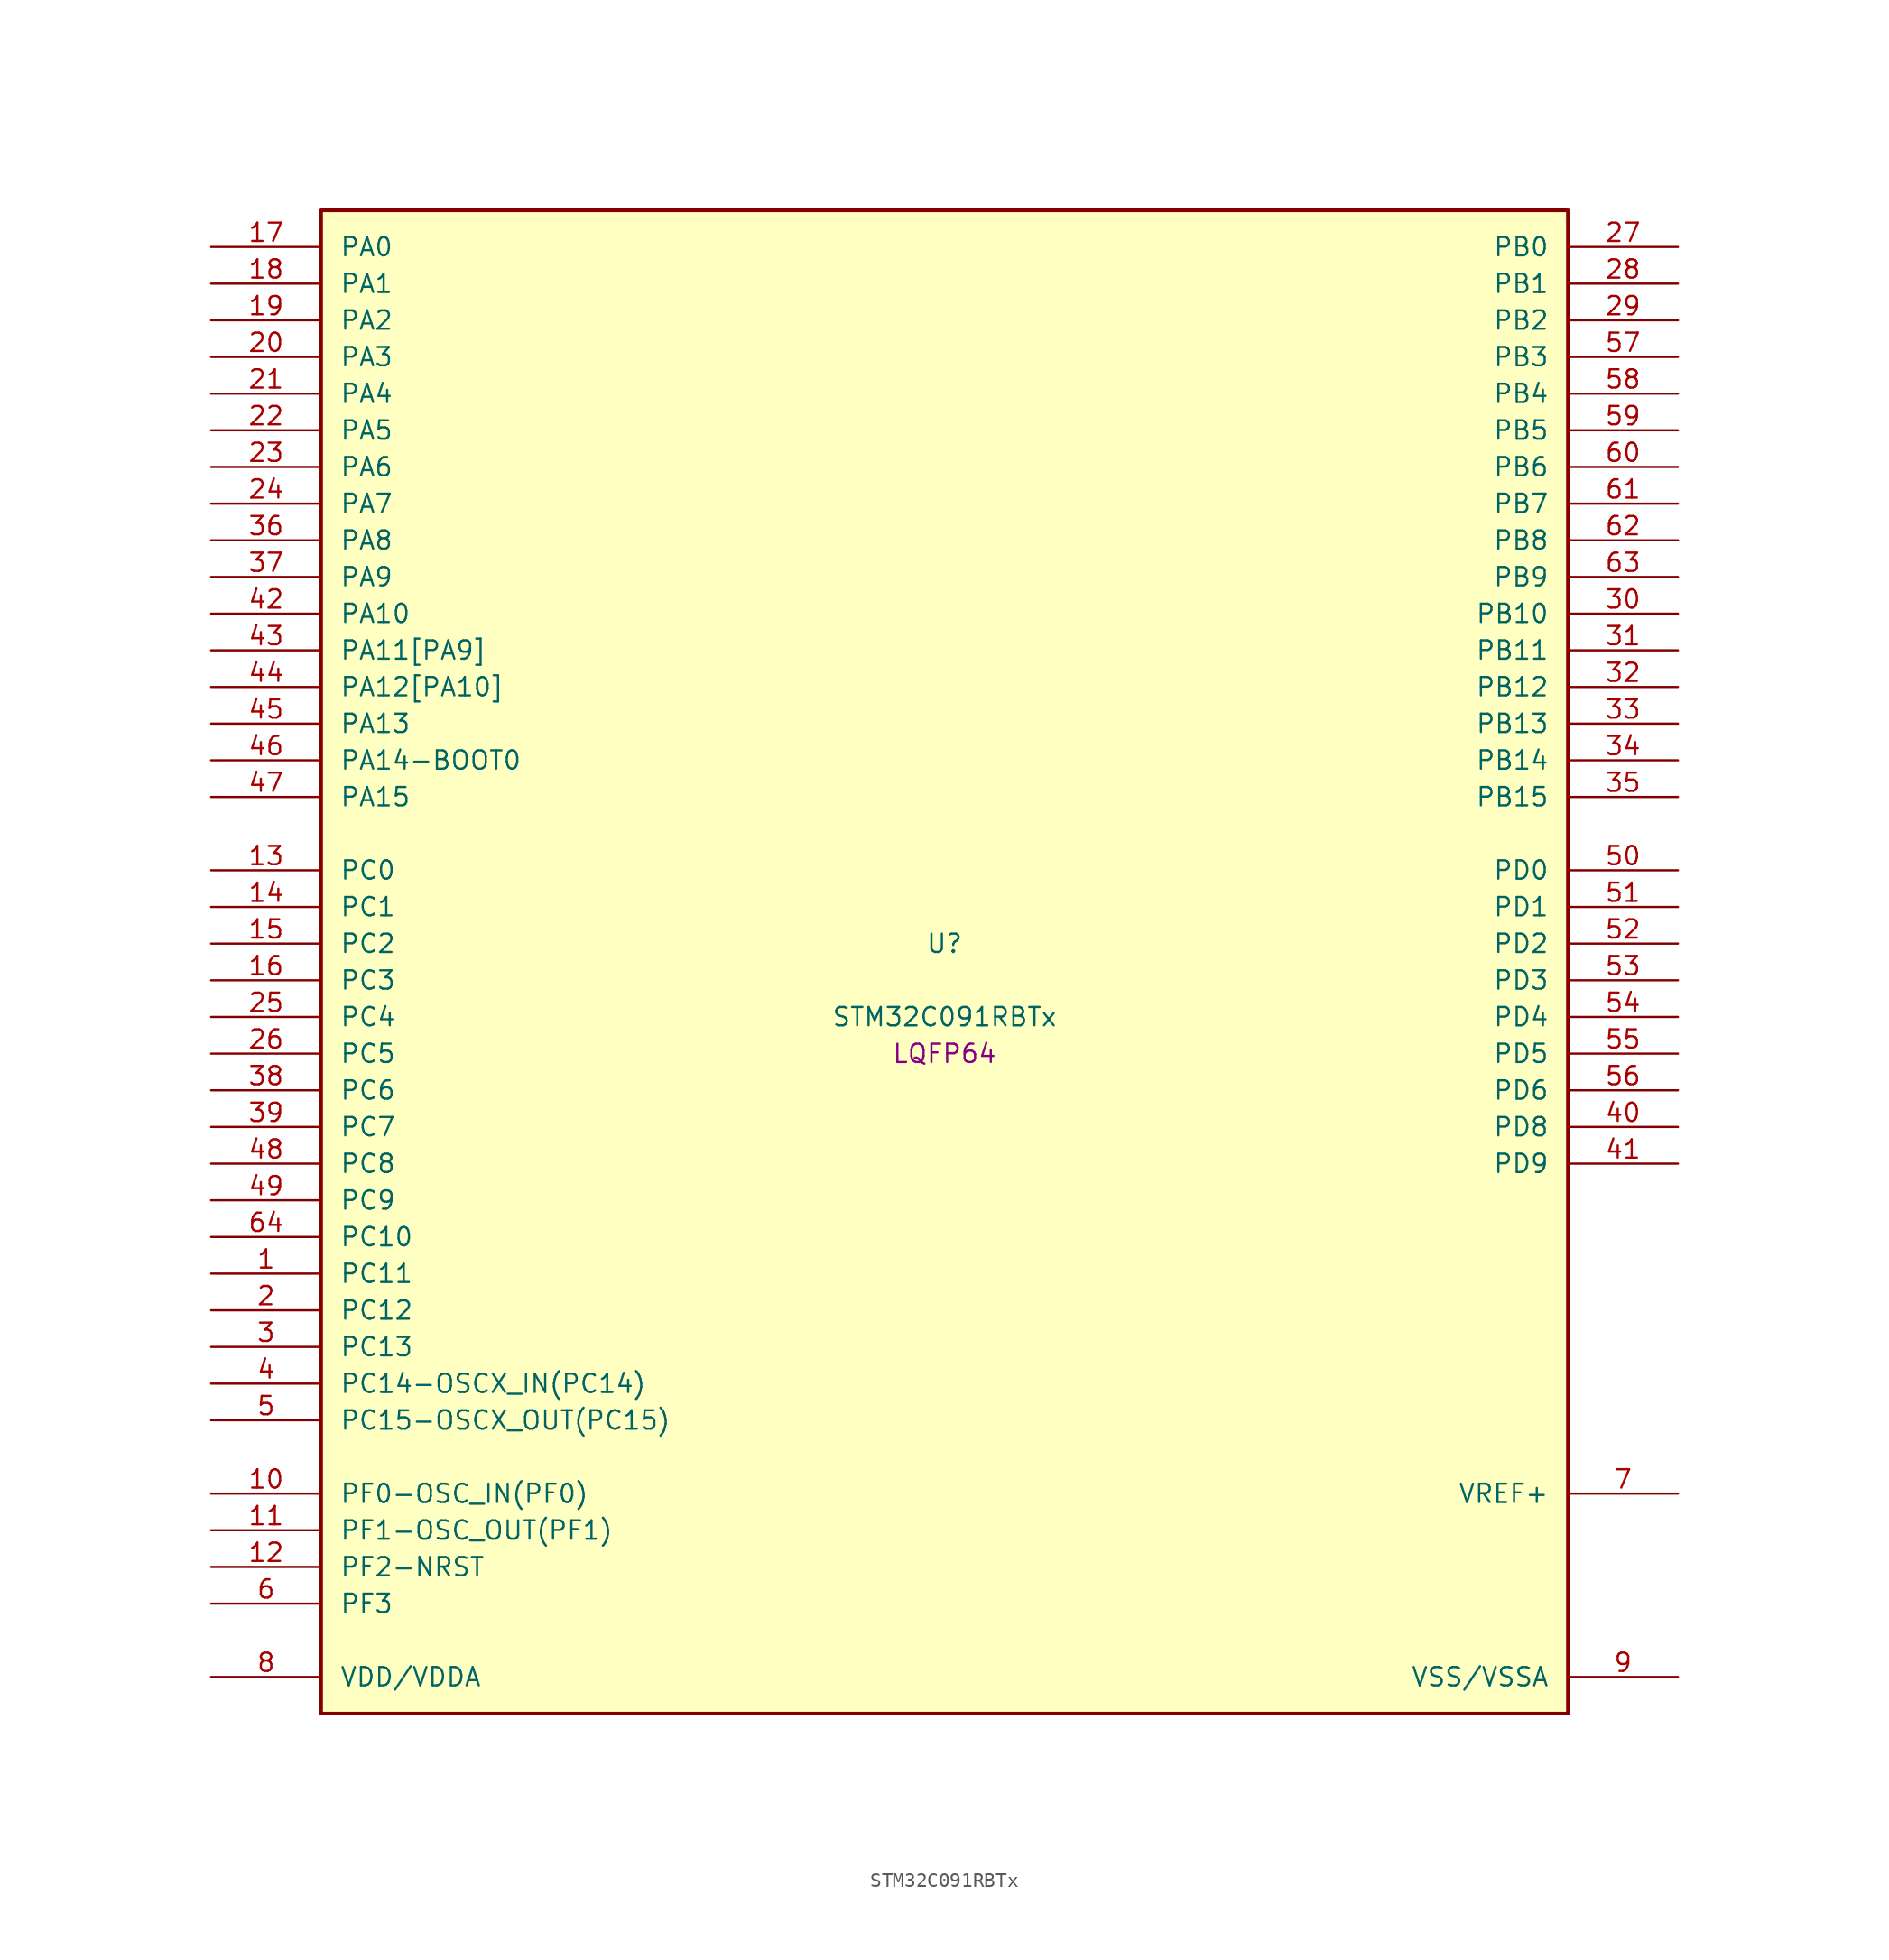
<source format=kicad_sym>
(kicad_symbol_lib
  (version 20241209)
  (generator "stm32_pkl_generator")
  (generator_version "1.0")
  (symbol "STM32C091RBTx"
    (pin_names
      (offset 1.27))
    (property "Reference" "U"
      (at 0 2.54 0))
    (property "Value" "STM32C091RBTx"
      (at 0 -2.54 0))
    (property "Footprint" "LQFP64"
      (at 0 -5.08 0))
    (symbol "STM32C091RBTx_1_1"
      (rectangle (start -43.18 53.34) (end 43.18 -50.8) (stroke (width 0.254) (type solid)) (fill (type background)))
      (pin bidirectional line (at -50.8 50.8 0) (length 7.62) (name "PA0") (number "17") (alternate "PA0/ADC1_IN0" bidirectional line) (alternate "PA0/PWR_WKUP1" bidirectional line) (alternate "PA0/SPI2_SCK" bidirectional line) (alternate "PA0/TIM16_CH1" bidirectional line) (alternate "PA0/TIM1_CH1" bidirectional line) (alternate "PA0/TIM2_CH1" bidirectional line) (alternate "PA0/TIM2_ETR" bidirectional line) (alternate "PA0/USART1_TX" bidirectional line) (alternate "PA0/USART2_CTS" bidirectional line) (alternate "PA0/USART2_NSS" bidirectional line) (alternate "PA0/USART4_TX" bidirectional line))
      (pin bidirectional line (at -50.8 48.26 0) (length 7.62) (name "PA1") (number "18") (alternate "PA1/ADC1_IN1" bidirectional line) (alternate "PA1/I2C1_SMBA" bidirectional line) (alternate "PA1/I2S1_CK" bidirectional line) (alternate "PA1/SPI1_SCK" bidirectional line) (alternate "PA1/TIM15_CH1N" bidirectional line) (alternate "PA1/TIM17_CH1" bidirectional line) (alternate "PA1/TIM1_CH2" bidirectional line) (alternate "PA1/TIM2_CH2" bidirectional line) (alternate "PA1/USART1_RX" bidirectional line) (alternate "PA1/USART2_CK" bidirectional line) (alternate "PA1/USART2_DE" bidirectional line) (alternate "PA1/USART2_RTS" bidirectional line) (alternate "PA1/USART4_RX" bidirectional line))
      (pin bidirectional line (at -50.8 45.72 0) (length 7.62) (name "PA2") (number "19") (alternate "PA2/ADC1_IN2" bidirectional line) (alternate "PA2/I2S1_SD" bidirectional line) (alternate "PA2/PWR_WKUP4" bidirectional line) (alternate "PA2/RCC_LSCO" bidirectional line) (alternate "PA2/SPI1_MOSI" bidirectional line) (alternate "PA2/TIM15_CH1" bidirectional line) (alternate "PA2/TIM16_CH1N" bidirectional line) (alternate "PA2/TIM1_CH3" bidirectional line) (alternate "PA2/TIM2_CH3" bidirectional line) (alternate "PA2/TIM3_ETR" bidirectional line) (alternate "PA2/USART2_TX" bidirectional line))
      (pin bidirectional line (at -50.8 43.18 0) (length 7.62) (name "PA3") (number "20") (alternate "PA3/ADC1_IN3" bidirectional line) (alternate "PA3/SPI2_MISO" bidirectional line) (alternate "PA3/TIM15_CH2" bidirectional line) (alternate "PA3/TIM1_CH1N" bidirectional line) (alternate "PA3/TIM1_CH4" bidirectional line) (alternate "PA3/TIM2_CH4" bidirectional line) (alternate "PA3/USART2_RX" bidirectional line))
      (pin bidirectional line (at -50.8 40.64 0) (length 7.62) (name "PA4") (number "21") (alternate "PA4/ADC1_IN4" bidirectional line) (alternate "PA4/I2S1_WS" bidirectional line) (alternate "PA4/RTC_OUT2" bidirectional line) (alternate "PA4/SPI1_NSS" bidirectional line) (alternate "PA4/SPI2_MOSI" bidirectional line) (alternate "PA4/TIM14_CH1" bidirectional line) (alternate "PA4/TIM17_CH1N" bidirectional line) (alternate "PA4/TIM1_CH2N" bidirectional line) (alternate "PA4/USART2_TX" bidirectional line))
      (pin bidirectional line (at -50.8 38.1 0) (length 7.62) (name "PA5") (number "22") (alternate "PA5/ADC1_IN5" bidirectional line) (alternate "PA5/I2S1_CK" bidirectional line) (alternate "PA5/SPI1_SCK" bidirectional line) (alternate "PA5/TIM1_CH1" bidirectional line) (alternate "PA5/TIM1_CH3N" bidirectional line) (alternate "PA5/TIM2_CH1" bidirectional line) (alternate "PA5/TIM2_ETR" bidirectional line) (alternate "PA5/USART2_RX" bidirectional line) (alternate "PA5/USART3_TX" bidirectional line))
      (pin bidirectional line (at -50.8 35.56 0) (length 7.62) (name "PA6") (number "23") (alternate "PA6/ADC1_IN6" bidirectional line) (alternate "PA6/I2C2_SDA" bidirectional line) (alternate "PA6/I2S1_MCK" bidirectional line) (alternate "PA6/SPI1_MISO" bidirectional line) (alternate "PA6/TIM16_CH1" bidirectional line) (alternate "PA6/TIM1_BKIN" bidirectional line) (alternate "PA6/TIM3_CH1" bidirectional line) (alternate "PA6/USART3_CTS" bidirectional line) (alternate "PA6/USART3_NSS" bidirectional line))
      (pin bidirectional line (at -50.8 33.02 0) (length 7.62) (name "PA7") (number "24") (alternate "PA7/ADC1_IN7" bidirectional line) (alternate "PA7/I2C2_SCL" bidirectional line) (alternate "PA7/I2S1_SD" bidirectional line) (alternate "PA7/SPI1_MOSI" bidirectional line) (alternate "PA7/TIM14_CH1" bidirectional line) (alternate "PA7/TIM17_CH1" bidirectional line) (alternate "PA7/TIM1_CH1N" bidirectional line) (alternate "PA7/TIM3_CH2" bidirectional line))
      (pin bidirectional line (at -50.8 30.48 0) (length 7.62) (name "PA8") (number "36") (alternate "PA8/ADC1_IN8" bidirectional line) (alternate "PA8/I2S1_WS" bidirectional line) (alternate "PA8/RCC_MCO" bidirectional line) (alternate "PA8/RCC_MCO_2" bidirectional line) (alternate "PA8/SPI1_NSS" bidirectional line) (alternate "PA8/SPI2_MISO" bidirectional line) (alternate "PA8/SPI2_NSS" bidirectional line) (alternate "PA8/TIM14_CH1" bidirectional line) (alternate "PA8/TIM1_CH1" bidirectional line) (alternate "PA8/TIM1_CH2N" bidirectional line) (alternate "PA8/TIM1_CH3N" bidirectional line) (alternate "PA8/TIM3_CH3" bidirectional line) (alternate "PA8/TIM3_CH4" bidirectional line) (alternate "PA8/USART1_RX" bidirectional line) (alternate "PA8/USART2_TX" bidirectional line))
      (pin bidirectional line (at -50.8 27.94 0) (length 7.62) (name "PA9") (number "37") (alternate "PA9/I2C1_SCL" bidirectional line) (alternate "PA9/I2C2_SCL" bidirectional line) (alternate "PA9/RCC_MCO" bidirectional line) (alternate "PA9/SPI2_MISO" bidirectional line) (alternate "PA9/TIM15_BKIN" bidirectional line) (alternate "PA9/TIM1_CH2" bidirectional line) (alternate "PA9/TIM3_ETR" bidirectional line) (alternate "PA9/USART1_TX" bidirectional line) (alternate "PA9/NC" bidirectional line))
      (pin bidirectional line (at -50.8 25.4 0) (length 7.62) (name "PA10") (number "42") (alternate "PA10/I2C1_SDA" bidirectional line) (alternate "PA10/I2C2_SDA" bidirectional line) (alternate "PA10/RCC_MCO_2" bidirectional line) (alternate "PA10/SPI2_MOSI" bidirectional line) (alternate "PA10/TIM17_BKIN" bidirectional line) (alternate "PA10/TIM1_CH3" bidirectional line) (alternate "PA10/USART1_RX" bidirectional line) (alternate "PA10/NC" bidirectional line))
      (pin bidirectional line (at -50.8 22.86 0) (length 7.62) (name "PA11[PA9]") (number "43") (alternate "PA11[PA9]/ADC1_EXTI11" bidirectional line) (alternate "PA11[PA9]/I2C2_SCL" bidirectional line) (alternate "PA11[PA9]/I2S1_MCK" bidirectional line) (alternate "PA11[PA9]/SPI1_MISO" bidirectional line) (alternate "PA11[PA9]/TIM1_BKIN2" bidirectional line) (alternate "PA11[PA9]/TIM1_CH4" bidirectional line) (alternate "PA11[PA9]/USART1_CTS" bidirectional line) (alternate "PA11[PA9]/USART1_NSS" bidirectional line) (alternate "PA11[PA9]/PA9[PA11]" bidirectional line) (alternate "PA11[PA9]/I2C1_SCL" bidirectional line) (alternate "PA11[PA9]/RCC_MCO" bidirectional line) (alternate "PA11[PA9]/SPI2_MISO" bidirectional line) (alternate "PA11[PA9]/TIM15_BKIN" bidirectional line) (alternate "PA11[PA9]/TIM1_CH2" bidirectional line) (alternate "PA11[PA9]/TIM3_ETR" bidirectional line) (alternate "PA11[PA9]/USART1_TX" bidirectional line))
      (pin bidirectional line (at -50.8 20.32 0) (length 7.62) (name "PA12[PA10]") (number "44") (alternate "PA12[PA10]/I2C2_SDA" bidirectional line) (alternate "PA12[PA10]/I2S1_SD" bidirectional line) (alternate "PA12[PA10]/I2S_CKIN" bidirectional line) (alternate "PA12[PA10]/SPI1_MOSI" bidirectional line) (alternate "PA12[PA10]/TIM1_ETR" bidirectional line) (alternate "PA12[PA10]/USART1_CK" bidirectional line) (alternate "PA12[PA10]/USART1_DE" bidirectional line) (alternate "PA12[PA10]/USART1_RTS" bidirectional line) (alternate "PA12[PA10]/PA10[PA12]" bidirectional line) (alternate "PA12[PA10]/I2C1_SDA" bidirectional line) (alternate "PA12[PA10]/RCC_MCO_2" bidirectional line) (alternate "PA12[PA10]/SPI2_MOSI" bidirectional line) (alternate "PA12[PA10]/TIM17_BKIN" bidirectional line) (alternate "PA12[PA10]/TIM1_CH3" bidirectional line) (alternate "PA12[PA10]/USART1_RX" bidirectional line))
      (pin bidirectional line (at -50.8 17.78 0) (length 7.62) (name "PA13") (number "45") (alternate "PA13/ADC1_IN13" bidirectional line) (alternate "PA13/DEBUG_SWDIO" bidirectional line) (alternate "PA13/IR_OUT" bidirectional line) (alternate "PA13/TIM3_ETR" bidirectional line) (alternate "PA13/USART2_RX" bidirectional line))
      (pin bidirectional line (at -50.8 15.24 0) (length 7.62) (name "PA14-BOOT0") (number "46") (alternate "PA14-BOOT0/ADC1_IN14" bidirectional line) (alternate "PA14-BOOT0/BOOT0" bidirectional line) (alternate "PA14-BOOT0/DEBUG_SWCLK" bidirectional line) (alternate "PA14-BOOT0/I2S1_WS" bidirectional line) (alternate "PA14-BOOT0/RCC_MCO_2" bidirectional line) (alternate "PA14-BOOT0/SPI1_NSS" bidirectional line) (alternate "PA14-BOOT0/TIM1_CH1" bidirectional line) (alternate "PA14-BOOT0/USART1_CK" bidirectional line) (alternate "PA14-BOOT0/USART1_DE" bidirectional line) (alternate "PA14-BOOT0/USART1_RTS" bidirectional line) (alternate "PA14-BOOT0/USART2_RX" bidirectional line) (alternate "PA14-BOOT0/USART2_TX" bidirectional line))
      (pin bidirectional line (at -50.8 12.7 0) (length 7.62) (name "PA15") (number "47") (alternate "PA15/I2S1_WS" bidirectional line) (alternate "PA15/RCC_MCO_2" bidirectional line) (alternate "PA15/SPI1_NSS" bidirectional line) (alternate "PA15/TIM1_CH1" bidirectional line) (alternate "PA15/TIM2_CH1" bidirectional line) (alternate "PA15/TIM2_ETR" bidirectional line) (alternate "PA15/USART1_CK" bidirectional line) (alternate "PA15/USART1_DE" bidirectional line) (alternate "PA15/USART1_RTS" bidirectional line) (alternate "PA15/USART2_RX" bidirectional line) (alternate "PA15/USART3_CK" bidirectional line) (alternate "PA15/USART3_DE" bidirectional line) (alternate "PA15/USART3_RTS" bidirectional line) (alternate "PA15/USART4_CK" bidirectional line) (alternate "PA15/USART4_DE" bidirectional line) (alternate "PA15/USART4_RTS" bidirectional line))
      (pin bidirectional line (at 50.8 50.8 180) (length 7.62) (name "PB0") (number "27") (alternate "PB0/ADC1_IN17" bidirectional line) (alternate "PB0/I2S1_WS" bidirectional line) (alternate "PB0/SPI1_NSS" bidirectional line) (alternate "PB0/TIM1_CH2N" bidirectional line) (alternate "PB0/TIM3_CH3" bidirectional line) (alternate "PB0/USART3_RX" bidirectional line))
      (pin bidirectional line (at 50.8 48.26 180) (length 7.62) (name "PB1") (number "28") (alternate "PB1/ADC1_IN18" bidirectional line) (alternate "PB1/TIM14_CH1" bidirectional line) (alternate "PB1/TIM1_CH2N" bidirectional line) (alternate "PB1/TIM1_CH3N" bidirectional line) (alternate "PB1/TIM3_CH4" bidirectional line) (alternate "PB1/USART3_CK" bidirectional line) (alternate "PB1/USART3_DE" bidirectional line) (alternate "PB1/USART3_RTS" bidirectional line))
      (pin bidirectional line (at 50.8 45.72 180) (length 7.62) (name "PB2") (number "29") (alternate "PB2/ADC1_IN19" bidirectional line) (alternate "PB2/RCC_MCO_2" bidirectional line) (alternate "PB2/SPI2_MISO" bidirectional line) (alternate "PB2/USART1_RX" bidirectional line) (alternate "PB2/USART3_TX" bidirectional line))
      (pin bidirectional line (at 50.8 43.18 180) (length 7.62) (name "PB3") (number "57") (alternate "PB3/I2C2_SCL" bidirectional line) (alternate "PB3/I2S1_CK" bidirectional line) (alternate "PB3/SPI1_SCK" bidirectional line) (alternate "PB3/TIM1_CH2" bidirectional line) (alternate "PB3/TIM2_CH2" bidirectional line) (alternate "PB3/TIM3_CH2" bidirectional line) (alternate "PB3/USART1_CK" bidirectional line) (alternate "PB3/USART1_DE" bidirectional line) (alternate "PB3/USART1_RTS" bidirectional line))
      (pin bidirectional line (at 50.8 40.64 180) (length 7.62) (name "PB4") (number "58") (alternate "PB4/I2C2_SDA" bidirectional line) (alternate "PB4/I2S1_MCK" bidirectional line) (alternate "PB4/SPI1_MISO" bidirectional line) (alternate "PB4/TIM17_BKIN" bidirectional line) (alternate "PB4/TIM3_CH1" bidirectional line) (alternate "PB4/USART1_CTS" bidirectional line) (alternate "PB4/USART1_NSS" bidirectional line))
      (pin bidirectional line (at 50.8 38.1 180) (length 7.62) (name "PB5") (number "59") (alternate "PB5/I2C1_SMBA" bidirectional line) (alternate "PB5/I2S1_SD" bidirectional line) (alternate "PB5/PWR_WKUP6" bidirectional line) (alternate "PB5/SPI1_MOSI" bidirectional line) (alternate "PB5/TIM16_BKIN" bidirectional line) (alternate "PB5/TIM3_CH2" bidirectional line) (alternate "PB5/TIM3_CH3" bidirectional line))
      (pin bidirectional line (at 50.8 35.56 180) (length 7.62) (name "PB6") (number "60") (alternate "PB6/I2C1_SCL" bidirectional line) (alternate "PB6/I2C1_SMBA" bidirectional line) (alternate "PB6/I2S1_CK" bidirectional line) (alternate "PB6/I2S1_MCK" bidirectional line) (alternate "PB6/I2S1_SD" bidirectional line) (alternate "PB6/PWR_WKUP3" bidirectional line) (alternate "PB6/SPI1_MISO" bidirectional line) (alternate "PB6/SPI1_MOSI" bidirectional line) (alternate "PB6/SPI1_SCK" bidirectional line) (alternate "PB6/SPI2_MISO" bidirectional line) (alternate "PB6/TIM16_BKIN" bidirectional line) (alternate "PB6/TIM16_CH1N" bidirectional line) (alternate "PB6/TIM1_CH2" bidirectional line) (alternate "PB6/TIM1_CH3" bidirectional line) (alternate "PB6/TIM3_CH1" bidirectional line) (alternate "PB6/TIM3_CH2" bidirectional line) (alternate "PB6/TIM3_CH3" bidirectional line) (alternate "PB6/USART1_CTS" bidirectional line) (alternate "PB6/USART1_NSS" bidirectional line) (alternate "PB6/USART1_TX" bidirectional line))
      (pin bidirectional line (at 50.8 33.02 180) (length 7.62) (name "PB7") (number "61") (alternate "PB7/I2C1_SCL" bidirectional line) (alternate "PB7/I2C1_SDA" bidirectional line) (alternate "PB7/SPI2_MOSI" bidirectional line) (alternate "PB7/TIM16_CH1" bidirectional line) (alternate "PB7/TIM17_CH1N" bidirectional line) (alternate "PB7/TIM1_CH4" bidirectional line) (alternate "PB7/TIM3_CH1" bidirectional line) (alternate "PB7/TIM3_CH4" bidirectional line) (alternate "PB7/USART1_RX" bidirectional line) (alternate "PB7/USART2_CTS" bidirectional line) (alternate "PB7/USART2_NSS" bidirectional line) (alternate "PB7/USART4_CTS" bidirectional line) (alternate "PB7/USART4_NSS" bidirectional line))
      (pin bidirectional line (at 50.8 30.48 180) (length 7.62) (name "PB8") (number "62") (alternate "PB8/I2C1_SCL" bidirectional line) (alternate "PB8/SPI2_SCK" bidirectional line) (alternate "PB8/TIM15_BKIN" bidirectional line) (alternate "PB8/TIM16_CH1" bidirectional line) (alternate "PB8/TIM3_CH1" bidirectional line) (alternate "PB8/USART2_CTS" bidirectional line) (alternate "PB8/USART2_NSS" bidirectional line) (alternate "PB8/USART3_TX" bidirectional line))
      (pin bidirectional line (at 50.8 27.94 180) (length 7.62) (name "PB9") (number "63") (alternate "PB9/I2C1_SDA" bidirectional line) (alternate "PB9/IR_OUT" bidirectional line) (alternate "PB9/SPI2_NSS" bidirectional line) (alternate "PB9/TIM17_CH1" bidirectional line) (alternate "PB9/TIM3_CH2" bidirectional line) (alternate "PB9/USART2_CK" bidirectional line) (alternate "PB9/USART2_DE" bidirectional line) (alternate "PB9/USART2_RTS" bidirectional line) (alternate "PB9/USART3_RX" bidirectional line))
      (pin bidirectional line (at 50.8 25.4 180) (length 7.62) (name "PB10") (number "30") (alternate "PB10/ADC1_IN20" bidirectional line) (alternate "PB10/I2C2_SCL" bidirectional line) (alternate "PB10/SPI2_SCK" bidirectional line) (alternate "PB10/TIM2_CH3" bidirectional line) (alternate "PB10/USART3_TX" bidirectional line))
      (pin bidirectional line (at 50.8 22.86 180) (length 7.62) (name "PB11") (number "31") (alternate "PB11/ADC1_EXTI11" bidirectional line) (alternate "PB11/ADC1_IN21" bidirectional line) (alternate "PB11/I2C2_SDA" bidirectional line) (alternate "PB11/SPI2_MOSI" bidirectional line) (alternate "PB11/TIM2_CH4" bidirectional line) (alternate "PB11/USART3_RX" bidirectional line))
      (pin bidirectional line (at 50.8 20.32 180) (length 7.62) (name "PB12") (number "32") (alternate "PB12/ADC1_IN22" bidirectional line) (alternate "PB12/SPI2_NSS" bidirectional line) (alternate "PB12/TIM15_BKIN" bidirectional line) (alternate "PB12/TIM1_BKIN" bidirectional line) (alternate "PB12/TIM1_BKIN2" bidirectional line))
      (pin bidirectional line (at 50.8 17.78 180) (length 7.62) (name "PB13") (number "33") (alternate "PB13/I2C2_SCL" bidirectional line) (alternate "PB13/SPI2_SCK" bidirectional line) (alternate "PB13/TIM15_CH1N" bidirectional line) (alternate "PB13/TIM1_CH1N" bidirectional line) (alternate "PB13/USART3_CTS" bidirectional line) (alternate "PB13/USART3_NSS" bidirectional line))
      (pin bidirectional line (at 50.8 15.24 180) (length 7.62) (name "PB14") (number "34") (alternate "PB14/I2C2_SDA" bidirectional line) (alternate "PB14/SPI2_MISO" bidirectional line) (alternate "PB14/TIM15_CH1" bidirectional line) (alternate "PB14/TIM1_CH2N" bidirectional line) (alternate "PB14/USART3_CK" bidirectional line) (alternate "PB14/USART3_DE" bidirectional line) (alternate "PB14/USART3_RTS" bidirectional line))
      (pin bidirectional line (at 50.8 12.7 180) (length 7.62) (name "PB15") (number "35") (alternate "PB15/RTC_REFIN" bidirectional line) (alternate "PB15/SPI2_MOSI" bidirectional line) (alternate "PB15/TIM15_CH1N" bidirectional line) (alternate "PB15/TIM15_CH2" bidirectional line) (alternate "PB15/TIM1_CH3N" bidirectional line))
      (pin bidirectional line (at -50.8 7.62 0) (length 7.62) (name "PC0") (number "13") (alternate "PC0/USART3_TX" bidirectional line) (alternate "PC0/USART4_RX" bidirectional line))
      (pin bidirectional line (at -50.8 5.08 0) (length 7.62) (name "PC1") (number "14") (alternate "PC1/TIM15_CH1" bidirectional line) (alternate "PC1/USART3_RX" bidirectional line) (alternate "PC1/USART4_TX" bidirectional line))
      (pin bidirectional line (at -50.8 2.54 0) (length 7.62) (name "PC2") (number "15") (alternate "PC2/SPI2_MISO" bidirectional line) (alternate "PC2/TIM15_CH2" bidirectional line))
      (pin bidirectional line (at -50.8 0 0) (length 7.62) (name "PC3") (number "16") (alternate "PC3/SPI2_MOSI" bidirectional line))
      (pin bidirectional line (at -50.8 -2.54 0) (length 7.62) (name "PC4") (number "25") (alternate "PC4/ADC1_IN11" bidirectional line) (alternate "PC4/TIM2_CH1" bidirectional line) (alternate "PC4/TIM2_ETR" bidirectional line) (alternate "PC4/USART1_TX" bidirectional line) (alternate "PC4/USART3_TX" bidirectional line))
      (pin bidirectional line (at -50.8 -5.08 0) (length 7.62) (name "PC5") (number "26") (alternate "PC5/ADC1_IN12" bidirectional line) (alternate "PC5/PWR_WKUP5" bidirectional line) (alternate "PC5/TIM2_CH2" bidirectional line) (alternate "PC5/USART1_RX" bidirectional line) (alternate "PC5/USART3_RX" bidirectional line))
      (pin bidirectional line (at -50.8 -7.62 0) (length 7.62) (name "PC6") (number "38") (alternate "PC6/TIM2_CH3" bidirectional line) (alternate "PC6/TIM3_CH1" bidirectional line))
      (pin bidirectional line (at -50.8 -10.16 0) (length 7.62) (name "PC7") (number "39") (alternate "PC7/TIM2_CH4" bidirectional line) (alternate "PC7/TIM3_CH2" bidirectional line))
      (pin bidirectional line (at -50.8 -12.7 0) (length 7.62) (name "PC8") (number "48") (alternate "PC8/TIM1_CH1" bidirectional line) (alternate "PC8/TIM3_CH3" bidirectional line))
      (pin bidirectional line (at -50.8 -15.24 0) (length 7.62) (name "PC9") (number "49") (alternate "PC9/I2S_CKIN" bidirectional line) (alternate "PC9/TIM1_CH2" bidirectional line) (alternate "PC9/TIM3_CH4" bidirectional line))
      (pin bidirectional line (at -50.8 -17.78 0) (length 7.62) (name "PC10") (number "64") (alternate "PC10/TIM1_CH3" bidirectional line) (alternate "PC10/USART3_TX" bidirectional line) (alternate "PC10/USART4_TX" bidirectional line))
      (pin bidirectional line (at -50.8 -20.32 0) (length 7.62) (name "PC11") (number "1") (alternate "PC11/ADC1_EXTI11" bidirectional line) (alternate "PC11/TIM1_CH4" bidirectional line) (alternate "PC11/USART3_RX" bidirectional line) (alternate "PC11/USART4_RX" bidirectional line))
      (pin bidirectional line (at -50.8 -22.86 0) (length 7.62) (name "PC12") (number "2") (alternate "PC12/TIM14_CH1" bidirectional line))
      (pin bidirectional line (at -50.8 -25.4 0) (length 7.62) (name "PC13") (number "3") (alternate "PC13/PWR_WKUP2" bidirectional line) (alternate "PC13/RTC_OUT1" bidirectional line) (alternate "PC13/RTC_TS" bidirectional line) (alternate "PC13/TIM1_BKIN" bidirectional line) (alternate "PC13/TIM1_ETR" bidirectional line))
      (pin bidirectional line (at -50.8 -27.94 0) (length 7.62) (name "PC14-OSCX_IN(PC14)") (number "4") (alternate "PC14-OSCX_IN(PC14)/I2C1_SDA" bidirectional line) (alternate "PC14-OSCX_IN(PC14)/IR_OUT" bidirectional line) (alternate "PC14-OSCX_IN(PC14)/RCC_OSCX_IN" bidirectional line) (alternate "PC14-OSCX_IN(PC14)/SPI2_NSS" bidirectional line) (alternate "PC14-OSCX_IN(PC14)/TIM17_CH1" bidirectional line) (alternate "PC14-OSCX_IN(PC14)/TIM1_BKIN2" bidirectional line) (alternate "PC14-OSCX_IN(PC14)/TIM1_ETR" bidirectional line) (alternate "PC14-OSCX_IN(PC14)/TIM3_CH2" bidirectional line) (alternate "PC14-OSCX_IN(PC14)/USART1_TX" bidirectional line) (alternate "PC14-OSCX_IN(PC14)/USART2_CK" bidirectional line) (alternate "PC14-OSCX_IN(PC14)/USART2_DE" bidirectional line) (alternate "PC14-OSCX_IN(PC14)/USART2_RTS" bidirectional line) (alternate "PC14-OSCX_IN(PC14)/USART3_TX" bidirectional line))
      (pin bidirectional line (at -50.8 -30.48 0) (length 7.62) (name "PC15-OSCX_OUT(PC15)") (number "5") (alternate "PC15-OSCX_OUT(PC15)/RCC_OSC32_EN" bidirectional line) (alternate "PC15-OSCX_OUT(PC15)/RCC_OSCX_OUT" bidirectional line) (alternate "PC15-OSCX_OUT(PC15)/RCC_OSC_EN" bidirectional line) (alternate "PC15-OSCX_OUT(PC15)/TIM15_BKIN" bidirectional line) (alternate "PC15-OSCX_OUT(PC15)/TIM1_ETR" bidirectional line) (alternate "PC15-OSCX_OUT(PC15)/TIM3_CH3" bidirectional line))
      (pin bidirectional line (at 50.8 7.62 180) (length 7.62) (name "PD0") (number "50") (alternate "PD0/SPI2_NSS" bidirectional line) (alternate "PD0/TIM16_CH1" bidirectional line))
      (pin bidirectional line (at 50.8 5.08 180) (length 7.62) (name "PD1") (number "51") (alternate "PD1/SPI2_SCK" bidirectional line) (alternate "PD1/TIM17_CH1" bidirectional line))
      (pin bidirectional line (at 50.8 2.54 180) (length 7.62) (name "PD2") (number "52") (alternate "PD2/TIM1_CH1N" bidirectional line) (alternate "PD2/TIM3_ETR" bidirectional line) (alternate "PD2/USART3_CK" bidirectional line) (alternate "PD2/USART3_DE" bidirectional line) (alternate "PD2/USART3_RTS" bidirectional line))
      (pin bidirectional line (at 50.8 0 180) (length 7.62) (name "PD3") (number "53") (alternate "PD3/SPI2_MISO" bidirectional line) (alternate "PD3/TIM1_CH2N" bidirectional line) (alternate "PD3/USART2_CTS" bidirectional line) (alternate "PD3/USART2_NSS" bidirectional line))
      (pin bidirectional line (at 50.8 -2.54 180) (length 7.62) (name "PD4") (number "54") (alternate "PD4/SPI2_MOSI" bidirectional line) (alternate "PD4/TIM1_CH3N" bidirectional line) (alternate "PD4/USART2_CK" bidirectional line) (alternate "PD4/USART2_DE" bidirectional line) (alternate "PD4/USART2_RTS" bidirectional line))
      (pin bidirectional line (at 50.8 -5.08 180) (length 7.62) (name "PD5") (number "55") (alternate "PD5/I2S1_MCK" bidirectional line) (alternate "PD5/SPI1_MISO" bidirectional line) (alternate "PD5/TIM1_BKIN" bidirectional line) (alternate "PD5/USART2_TX" bidirectional line))
      (pin bidirectional line (at 50.8 -7.62 180) (length 7.62) (name "PD6") (number "56") (alternate "PD6/I2S1_SD" bidirectional line) (alternate "PD6/SPI1_MOSI" bidirectional line) (alternate "PD6/USART2_RX" bidirectional line))
      (pin bidirectional line (at 50.8 -10.16 180) (length 7.62) (name "PD8") (number "40") (alternate "PD8/I2S1_CK" bidirectional line) (alternate "PD8/SPI1_SCK" bidirectional line) (alternate "PD8/USART3_TX" bidirectional line))
      (pin bidirectional line (at 50.8 -12.7 180) (length 7.62) (name "PD9") (number "41") (alternate "PD9/I2S1_WS" bidirectional line) (alternate "PD9/SPI1_NSS" bidirectional line) (alternate "PD9/TIM1_BKIN2" bidirectional line) (alternate "PD9/USART3_RX" bidirectional line))
      (pin bidirectional line (at -50.8 -35.56 0) (length 7.62) (name "PF0-OSC_IN(PF0)") (number "10") (alternate "PF0-OSC_IN(PF0)/RCC_OSC_IN" bidirectional line) (alternate "PF0-OSC_IN(PF0)/TIM14_CH1" bidirectional line))
      (pin bidirectional line (at -50.8 -38.1 0) (length 7.62) (name "PF1-OSC_OUT(PF1)") (number "11") (alternate "PF1-OSC_OUT(PF1)/RCC_OSC_EN" bidirectional line) (alternate "PF1-OSC_OUT(PF1)/RCC_OSC_OUT" bidirectional line) (alternate "PF1-OSC_OUT(PF1)/TIM15_CH1N" bidirectional line))
      (pin bidirectional line (at -50.8 -40.64 0) (length 7.62) (name "PF2-NRST") (number "12") (alternate "PF2-NRST/RCC_MCO" bidirectional line) (alternate "PF2-NRST/TIM1_CH4" bidirectional line))
      (pin bidirectional line (at -50.8 -43.18 0) (length 7.62) (name "PF3") (number "6"))
      (pin bidirectional line (at 50.8 -35.56 180) (length 7.62) (name "VREF+") (number "7"))
      (pin power_in line (at -50.8 -48.26 0) (length 7.62) (name "VDD/VDDA") (number "8"))
      (pin power_in line (at 50.8 -48.26 180) (length 7.62) (name "VSS/VSSA") (number "9")))))
</source>
